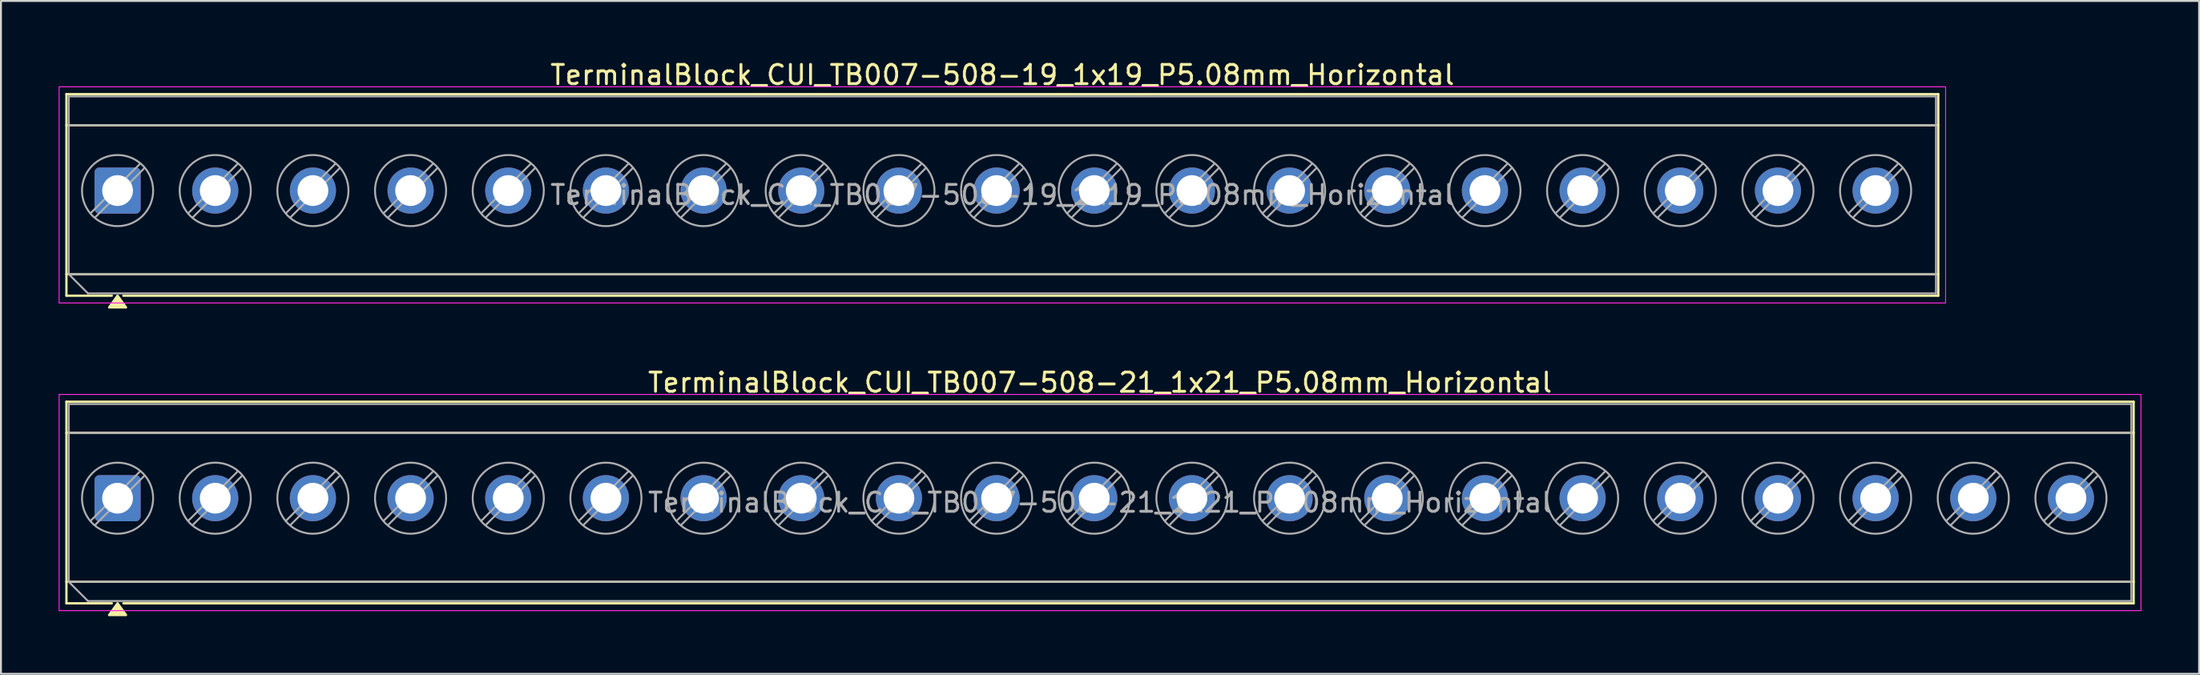
<source format=kicad_pcb>
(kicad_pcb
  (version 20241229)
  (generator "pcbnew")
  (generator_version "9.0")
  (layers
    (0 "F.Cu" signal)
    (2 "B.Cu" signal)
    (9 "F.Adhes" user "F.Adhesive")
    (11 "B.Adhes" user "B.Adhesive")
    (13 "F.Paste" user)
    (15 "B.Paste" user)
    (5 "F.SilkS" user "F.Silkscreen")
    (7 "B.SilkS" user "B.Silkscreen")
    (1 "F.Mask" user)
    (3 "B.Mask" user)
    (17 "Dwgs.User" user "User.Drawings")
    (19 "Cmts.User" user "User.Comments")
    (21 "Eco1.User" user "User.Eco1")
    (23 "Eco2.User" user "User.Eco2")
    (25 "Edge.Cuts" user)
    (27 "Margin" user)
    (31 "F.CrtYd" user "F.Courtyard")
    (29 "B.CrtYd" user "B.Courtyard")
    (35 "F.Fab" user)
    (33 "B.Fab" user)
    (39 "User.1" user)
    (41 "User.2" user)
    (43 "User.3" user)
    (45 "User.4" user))
  (footprint "TerminalBlock_CUI_TB007-508-19_1x19_P5.08mm_Horizontal"
    (layer "F.Cu")
    (at 3.065 6.868)
    (property "Reference" "TerminalBlock_CUI_TB007-508-19_1x19_P5.08mm_Horizontal" (at 46.02 -6.02 0) (layer "F.SilkS") (effects (font (size 1 1) (thickness 0.15))))
    (attr through_hole)
    (fp_line (start -2.66 -5.02) (end 94.7 -5.02) (stroke (width 0.12) (type solid)) (layer "F.SilkS"))
    (fp_line (start -2.66 -3.4) (end 94.7 -3.4) (stroke (width 0.12) (type solid)) (layer "F.SilkS"))
    (fp_line (start -2.66 4.35) (end 94.7 4.35) (stroke (width 0.12) (type solid)) (layer "F.SilkS"))
    (fp_line (start -2.66 5.47) (end -2.66 -5.02) (stroke (width 0.12) (type solid)) (layer "F.SilkS"))
    (fp_line (start -0.3 5.47) (end -2.66 5.47) (stroke (width 0.12) (type solid)) (layer "F.SilkS"))
    (fp_line (start 94.7 -5.02) (end 94.7 5.47) (stroke (width 0.12) (type solid)) (layer "F.SilkS"))
    (fp_line (start 94.7 5.47) (end 0.3 5.47) (stroke (width 0.12) (type solid)) (layer "F.SilkS"))
    (fp_poly (pts (xy 0 5.47) (xy 0.44 6.08) (xy -0.44 6.08)) (stroke (width 0.12) (type solid)) (fill yes) (layer "F.SilkS"))
    (fp_line (start -3.04 -5.4) (end -3.04 5.85) (stroke (width 0.05) (type solid)) (layer "F.CrtYd"))
    (fp_line (start -3.04 5.85) (end 95.08 5.85) (stroke (width 0.05) (type solid)) (layer "F.CrtYd"))
    (fp_line (start 95.08 -5.4) (end -3.04 -5.4) (stroke (width 0.05) (type solid)) (layer "F.CrtYd"))
    (fp_line (start 95.08 5.85) (end 95.08 -5.4) (stroke (width 0.05) (type solid)) (layer "F.CrtYd"))
    (fp_line (start -2.54 -4.9) (end 94.58 -4.9) (stroke (width 0.1) (type solid)) (layer "F.Fab"))
    (fp_line (start -2.54 -3.4) (end 94.58 -3.4) (stroke (width 0.1) (type solid)) (layer "F.Fab"))
    (fp_line (start -2.54 4.35) (end -2.54 -4.9) (stroke (width 0.1) (type solid)) (layer "F.Fab"))
    (fp_line (start -2.54 4.35) (end 94.58 4.35) (stroke (width 0.1) (type solid)) (layer "F.Fab"))
    (fp_line (start -1.54 5.35) (end -2.54 4.35) (stroke (width 0.1) (type solid)) (layer "F.Fab"))
    (fp_line (start 1.177 -1.403) (end -1.403 1.177) (stroke (width 0.1) (type solid)) (layer "F.Fab"))
    (fp_line (start 1.403 -1.177) (end -1.177 1.403) (stroke (width 0.1) (type solid)) (layer "F.Fab"))
    (fp_line (start 6.257 -1.403) (end 3.677 1.177) (stroke (width 0.1) (type solid)) (layer "F.Fab"))
    (fp_line (start 6.483 -1.177) (end 3.903 1.403) (stroke (width 0.1) (type solid)) (layer "F.Fab"))
    (fp_line (start 11.337 -1.403) (end 8.757 1.177) (stroke (width 0.1) (type solid)) (layer "F.Fab"))
    (fp_line (start 11.563 -1.177) (end 8.983 1.403) (stroke (width 0.1) (type solid)) (layer "F.Fab"))
    (fp_line (start 16.417 -1.403) (end 13.837 1.177) (stroke (width 0.1) (type solid)) (layer "F.Fab"))
    (fp_line (start 16.643 -1.177) (end 14.063 1.403) (stroke (width 0.1) (type solid)) (layer "F.Fab"))
    (fp_line (start 21.497 -1.403) (end 18.917 1.177) (stroke (width 0.1) (type solid)) (layer "F.Fab"))
    (fp_line (start 21.723 -1.177) (end 19.143 1.403) (stroke (width 0.1) (type solid)) (layer "F.Fab"))
    (fp_line (start 26.577 -1.403) (end 23.997 1.177) (stroke (width 0.1) (type solid)) (layer "F.Fab"))
    (fp_line (start 26.803 -1.177) (end 24.223 1.403) (stroke (width 0.1) (type solid)) (layer "F.Fab"))
    (fp_line (start 31.657 -1.403) (end 29.077 1.177) (stroke (width 0.1) (type solid)) (layer "F.Fab"))
    (fp_line (start 31.883 -1.177) (end 29.303 1.403) (stroke (width 0.1) (type solid)) (layer "F.Fab"))
    (fp_line (start 36.737 -1.403) (end 34.157 1.177) (stroke (width 0.1) (type solid)) (layer "F.Fab"))
    (fp_line (start 36.963 -1.177) (end 34.383 1.403) (stroke (width 0.1) (type solid)) (layer "F.Fab"))
    (fp_line (start 41.817 -1.403) (end 39.237 1.177) (stroke (width 0.1) (type solid)) (layer "F.Fab"))
    (fp_line (start 42.043 -1.177) (end 39.463 1.403) (stroke (width 0.1) (type solid)) (layer "F.Fab"))
    (fp_line (start 46.897 -1.403) (end 44.317 1.177) (stroke (width 0.1) (type solid)) (layer "F.Fab"))
    (fp_line (start 47.123 -1.177) (end 44.543 1.403) (stroke (width 0.1) (type solid)) (layer "F.Fab"))
    (fp_line (start 51.977 -1.403) (end 49.397 1.177) (stroke (width 0.1) (type solid)) (layer "F.Fab"))
    (fp_line (start 52.203 -1.177) (end 49.623 1.403) (stroke (width 0.1) (type solid)) (layer "F.Fab"))
    (fp_line (start 57.057 -1.403) (end 54.477 1.177) (stroke (width 0.1) (type solid)) (layer "F.Fab"))
    (fp_line (start 57.283 -1.177) (end 54.703 1.403) (stroke (width 0.1) (type solid)) (layer "F.Fab"))
    (fp_line (start 62.137 -1.403) (end 59.557 1.177) (stroke (width 0.1) (type solid)) (layer "F.Fab"))
    (fp_line (start 62.363 -1.177) (end 59.783 1.403) (stroke (width 0.1) (type solid)) (layer "F.Fab"))
    (fp_line (start 67.217 -1.403) (end 64.637 1.177) (stroke (width 0.1) (type solid)) (layer "F.Fab"))
    (fp_line (start 67.443 -1.177) (end 64.863 1.403) (stroke (width 0.1) (type solid)) (layer "F.Fab"))
    (fp_line (start 72.297 -1.403) (end 69.717 1.177) (stroke (width 0.1) (type solid)) (layer "F.Fab"))
    (fp_line (start 72.523 -1.177) (end 69.943 1.403) (stroke (width 0.1) (type solid)) (layer "F.Fab"))
    (fp_line (start 77.377 -1.403) (end 74.797 1.177) (stroke (width 0.1) (type solid)) (layer "F.Fab"))
    (fp_line (start 77.603 -1.177) (end 75.023 1.403) (stroke (width 0.1) (type solid)) (layer "F.Fab"))
    (fp_line (start 82.457 -1.403) (end 79.877 1.177) (stroke (width 0.1) (type solid)) (layer "F.Fab"))
    (fp_line (start 82.683 -1.177) (end 80.103 1.403) (stroke (width 0.1) (type solid)) (layer "F.Fab"))
    (fp_line (start 87.537 -1.403) (end 84.957 1.177) (stroke (width 0.1) (type solid)) (layer "F.Fab"))
    (fp_line (start 87.763 -1.177) (end 85.183 1.403) (stroke (width 0.1) (type solid)) (layer "F.Fab"))
    (fp_line (start 92.617 -1.403) (end 90.037 1.177) (stroke (width 0.1) (type solid)) (layer "F.Fab"))
    (fp_line (start 92.843 -1.177) (end 90.263 1.403) (stroke (width 0.1) (type solid)) (layer "F.Fab"))
    (fp_line (start 94.58 -4.9) (end 94.58 5.35) (stroke (width 0.1) (type solid)) (layer "F.Fab"))
    (fp_line (start 94.58 5.35) (end -1.54 5.35) (stroke (width 0.1) (type solid)) (layer "F.Fab"))
    (fp_circle (center 0 0) (end 1.85 0) (stroke (width 0.1) (type solid)) (fill no) (layer "F.Fab"))
    (fp_circle (center 5.08 0) (end 6.93 0) (stroke (width 0.1) (type solid)) (fill no) (layer "F.Fab"))
    (fp_circle (center 10.16 0) (end 12.01 0) (stroke (width 0.1) (type solid)) (fill no) (layer "F.Fab"))
    (fp_circle (center 15.24 0) (end 17.09 0) (stroke (width 0.1) (type solid)) (fill no) (layer "F.Fab"))
    (fp_circle (center 20.32 0) (end 22.17 0) (stroke (width 0.1) (type solid)) (fill no) (layer "F.Fab"))
    (fp_circle (center 25.4 0) (end 27.25 0) (stroke (width 0.1) (type solid)) (fill no) (layer "F.Fab"))
    (fp_circle (center 30.48 0) (end 32.33 0) (stroke (width 0.1) (type solid)) (fill no) (layer "F.Fab"))
    (fp_circle (center 35.56 0) (end 37.41 0) (stroke (width 0.1) (type solid)) (fill no) (layer "F.Fab"))
    (fp_circle (center 40.64 0) (end 42.49 0) (stroke (width 0.1) (type solid)) (fill no) (layer "F.Fab"))
    (fp_circle (center 45.72 0) (end 47.57 0) (stroke (width 0.1) (type solid)) (fill no) (layer "F.Fab"))
    (fp_circle (center 50.8 0) (end 52.65 0) (stroke (width 0.1) (type solid)) (fill no) (layer "F.Fab"))
    (fp_circle (center 55.88 0) (end 57.73 0) (stroke (width 0.1) (type solid)) (fill no) (layer "F.Fab"))
    (fp_circle (center 60.96 0) (end 62.81 0) (stroke (width 0.1) (type solid)) (fill no) (layer "F.Fab"))
    (fp_circle (center 66.04 0) (end 67.89 0) (stroke (width 0.1) (type solid)) (fill no) (layer "F.Fab"))
    (fp_circle (center 71.12 0) (end 72.97 0) (stroke (width 0.1) (type solid)) (fill no) (layer "F.Fab"))
    (fp_circle (center 76.2 0) (end 78.05 0) (stroke (width 0.1) (type solid)) (fill no) (layer "F.Fab"))
    (fp_circle (center 81.28 0) (end 83.13 0) (stroke (width 0.1) (type solid)) (fill no) (layer "F.Fab"))
    (fp_circle (center 86.36 0) (end 88.21 0) (stroke (width 0.1) (type solid)) (fill no) (layer "F.Fab"))
    (fp_circle (center 91.44 0) (end 93.29 0) (stroke (width 0.1) (type solid)) (fill no) (layer "F.Fab"))
    (fp_text user "${REFERENCE}" (at 46.02 0.225 0) (layer "F.Fab") (effects (font (size 1 1) (thickness 0.15))))
    (pad "1" thru_hole roundrect (at 0 0) (size 2.4 2.4) (drill 1.6) (layers "*.Cu" "*.Mask") (roundrect_rratio 0.104))
    (pad "2" thru_hole circle (at 5.08 0) (size 2.4 2.4) (drill 1.6) (layers "*.Cu" "*.Mask"))
    (pad "3" thru_hole circle (at 10.16 0) (size 2.4 2.4) (drill 1.6) (layers "*.Cu" "*.Mask"))
    (pad "4" thru_hole circle (at 15.24 0) (size 2.4 2.4) (drill 1.6) (layers "*.Cu" "*.Mask"))
    (pad "5" thru_hole circle (at 20.32 0) (size 2.4 2.4) (drill 1.6) (layers "*.Cu" "*.Mask"))
    (pad "6" thru_hole circle (at 25.4 0) (size 2.4 2.4) (drill 1.6) (layers "*.Cu" "*.Mask"))
    (pad "7" thru_hole circle (at 30.48 0) (size 2.4 2.4) (drill 1.6) (layers "*.Cu" "*.Mask"))
    (pad "8" thru_hole circle (at 35.56 0) (size 2.4 2.4) (drill 1.6) (layers "*.Cu" "*.Mask"))
    (pad "9" thru_hole circle (at 40.64 0) (size 2.4 2.4) (drill 1.6) (layers "*.Cu" "*.Mask"))
    (pad "10" thru_hole circle (at 45.72 0) (size 2.4 2.4) (drill 1.6) (layers "*.Cu" "*.Mask"))
    (pad "11" thru_hole circle (at 50.8 0) (size 2.4 2.4) (drill 1.6) (layers "*.Cu" "*.Mask"))
    (pad "12" thru_hole circle (at 55.88 0) (size 2.4 2.4) (drill 1.6) (layers "*.Cu" "*.Mask"))
    (pad "13" thru_hole circle (at 60.96 0) (size 2.4 2.4) (drill 1.6) (layers "*.Cu" "*.Mask"))
    (pad "14" thru_hole circle (at 66.04 0) (size 2.4 2.4) (drill 1.6) (layers "*.Cu" "*.Mask"))
    (pad "15" thru_hole circle (at 71.12 0) (size 2.4 2.4) (drill 1.6) (layers "*.Cu" "*.Mask"))
    (pad "16" thru_hole circle (at 76.2 0) (size 2.4 2.4) (drill 1.6) (layers "*.Cu" "*.Mask"))
    (pad "17" thru_hole circle (at 81.28 0) (size 2.4 2.4) (drill 1.6) (layers "*.Cu" "*.Mask"))
    (pad "18" thru_hole circle (at 86.36 0) (size 2.4 2.4) (drill 1.6) (layers "*.Cu" "*.Mask"))
    (pad "19" thru_hole circle (at 91.44 0) (size 2.4 2.4) (drill 1.6) (layers "*.Cu" "*.Mask")))
  (footprint "TerminalBlock_CUI_TB007-508-21_1x21_P5.08mm_Horizontal"
    (layer "F.Cu")
    (at 3.065 22.877)
    (property "Reference" "TerminalBlock_CUI_TB007-508-21_1x21_P5.08mm_Horizontal" (at 51.1 -6.02 0) (layer "F.SilkS") (effects (font (size 1 1) (thickness 0.15))))
    (attr through_hole)
    (fp_line (start -2.66 -5.02) (end 104.86 -5.02) (stroke (width 0.12) (type solid)) (layer "F.SilkS"))
    (fp_line (start -2.66 -3.4) (end 104.86 -3.4) (stroke (width 0.12) (type solid)) (layer "F.SilkS"))
    (fp_line (start -2.66 4.35) (end 104.86 4.35) (stroke (width 0.12) (type solid)) (layer "F.SilkS"))
    (fp_line (start -2.66 5.47) (end -2.66 -5.02) (stroke (width 0.12) (type solid)) (layer "F.SilkS"))
    (fp_line (start -0.3 5.47) (end -2.66 5.47) (stroke (width 0.12) (type solid)) (layer "F.SilkS"))
    (fp_line (start 104.86 -5.02) (end 104.86 5.47) (stroke (width 0.12) (type solid)) (layer "F.SilkS"))
    (fp_line (start 104.86 5.47) (end 0.3 5.47) (stroke (width 0.12) (type solid)) (layer "F.SilkS"))
    (fp_poly (pts (xy 0 5.47) (xy 0.44 6.08) (xy -0.44 6.08)) (stroke (width 0.12) (type solid)) (fill yes) (layer "F.SilkS"))
    (fp_line (start -3.04 -5.4) (end -3.04 5.85) (stroke (width 0.05) (type solid)) (layer "F.CrtYd"))
    (fp_line (start -3.04 5.85) (end 105.24 5.85) (stroke (width 0.05) (type solid)) (layer "F.CrtYd"))
    (fp_line (start 105.24 -5.4) (end -3.04 -5.4) (stroke (width 0.05) (type solid)) (layer "F.CrtYd"))
    (fp_line (start 105.24 5.85) (end 105.24 -5.4) (stroke (width 0.05) (type solid)) (layer "F.CrtYd"))
    (fp_line (start -2.54 -4.9) (end 104.74 -4.9) (stroke (width 0.1) (type solid)) (layer "F.Fab"))
    (fp_line (start -2.54 -3.4) (end 104.74 -3.4) (stroke (width 0.1) (type solid)) (layer "F.Fab"))
    (fp_line (start -2.54 4.35) (end -2.54 -4.9) (stroke (width 0.1) (type solid)) (layer "F.Fab"))
    (fp_line (start -2.54 4.35) (end 104.74 4.35) (stroke (width 0.1) (type solid)) (layer "F.Fab"))
    (fp_line (start -1.54 5.35) (end -2.54 4.35) (stroke (width 0.1) (type solid)) (layer "F.Fab"))
    (fp_line (start 1.177 -1.403) (end -1.403 1.177) (stroke (width 0.1) (type solid)) (layer "F.Fab"))
    (fp_line (start 1.403 -1.177) (end -1.177 1.403) (stroke (width 0.1) (type solid)) (layer "F.Fab"))
    (fp_line (start 6.257 -1.403) (end 3.677 1.177) (stroke (width 0.1) (type solid)) (layer "F.Fab"))
    (fp_line (start 6.483 -1.177) (end 3.903 1.403) (stroke (width 0.1) (type solid)) (layer "F.Fab"))
    (fp_line (start 11.337 -1.403) (end 8.757 1.177) (stroke (width 0.1) (type solid)) (layer "F.Fab"))
    (fp_line (start 11.563 -1.177) (end 8.983 1.403) (stroke (width 0.1) (type solid)) (layer "F.Fab"))
    (fp_line (start 16.417 -1.403) (end 13.837 1.177) (stroke (width 0.1) (type solid)) (layer "F.Fab"))
    (fp_line (start 16.643 -1.177) (end 14.063 1.403) (stroke (width 0.1) (type solid)) (layer "F.Fab"))
    (fp_line (start 21.497 -1.403) (end 18.917 1.177) (stroke (width 0.1) (type solid)) (layer "F.Fab"))
    (fp_line (start 21.723 -1.177) (end 19.143 1.403) (stroke (width 0.1) (type solid)) (layer "F.Fab"))
    (fp_line (start 26.577 -1.403) (end 23.997 1.177) (stroke (width 0.1) (type solid)) (layer "F.Fab"))
    (fp_line (start 26.803 -1.177) (end 24.223 1.403) (stroke (width 0.1) (type solid)) (layer "F.Fab"))
    (fp_line (start 31.657 -1.403) (end 29.077 1.177) (stroke (width 0.1) (type solid)) (layer "F.Fab"))
    (fp_line (start 31.883 -1.177) (end 29.303 1.403) (stroke (width 0.1) (type solid)) (layer "F.Fab"))
    (fp_line (start 36.737 -1.403) (end 34.157 1.177) (stroke (width 0.1) (type solid)) (layer "F.Fab"))
    (fp_line (start 36.963 -1.177) (end 34.383 1.403) (stroke (width 0.1) (type solid)) (layer "F.Fab"))
    (fp_line (start 41.817 -1.403) (end 39.237 1.177) (stroke (width 0.1) (type solid)) (layer "F.Fab"))
    (fp_line (start 42.043 -1.177) (end 39.463 1.403) (stroke (width 0.1) (type solid)) (layer "F.Fab"))
    (fp_line (start 46.897 -1.403) (end 44.317 1.177) (stroke (width 0.1) (type solid)) (layer "F.Fab"))
    (fp_line (start 47.123 -1.177) (end 44.543 1.403) (stroke (width 0.1) (type solid)) (layer "F.Fab"))
    (fp_line (start 51.977 -1.403) (end 49.397 1.177) (stroke (width 0.1) (type solid)) (layer "F.Fab"))
    (fp_line (start 52.203 -1.177) (end 49.623 1.403) (stroke (width 0.1) (type solid)) (layer "F.Fab"))
    (fp_line (start 57.057 -1.403) (end 54.477 1.177) (stroke (width 0.1) (type solid)) (layer "F.Fab"))
    (fp_line (start 57.283 -1.177) (end 54.703 1.403) (stroke (width 0.1) (type solid)) (layer "F.Fab"))
    (fp_line (start 62.137 -1.403) (end 59.557 1.177) (stroke (width 0.1) (type solid)) (layer "F.Fab"))
    (fp_line (start 62.363 -1.177) (end 59.783 1.403) (stroke (width 0.1) (type solid)) (layer "F.Fab"))
    (fp_line (start 67.217 -1.403) (end 64.637 1.177) (stroke (width 0.1) (type solid)) (layer "F.Fab"))
    (fp_line (start 67.443 -1.177) (end 64.863 1.403) (stroke (width 0.1) (type solid)) (layer "F.Fab"))
    (fp_line (start 72.297 -1.403) (end 69.717 1.177) (stroke (width 0.1) (type solid)) (layer "F.Fab"))
    (fp_line (start 72.523 -1.177) (end 69.943 1.403) (stroke (width 0.1) (type solid)) (layer "F.Fab"))
    (fp_line (start 77.377 -1.403) (end 74.797 1.177) (stroke (width 0.1) (type solid)) (layer "F.Fab"))
    (fp_line (start 77.603 -1.177) (end 75.023 1.403) (stroke (width 0.1) (type solid)) (layer "F.Fab"))
    (fp_line (start 82.457 -1.403) (end 79.877 1.177) (stroke (width 0.1) (type solid)) (layer "F.Fab"))
    (fp_line (start 82.683 -1.177) (end 80.103 1.403) (stroke (width 0.1) (type solid)) (layer "F.Fab"))
    (fp_line (start 87.537 -1.403) (end 84.957 1.177) (stroke (width 0.1) (type solid)) (layer "F.Fab"))
    (fp_line (start 87.763 -1.177) (end 85.183 1.403) (stroke (width 0.1) (type solid)) (layer "F.Fab"))
    (fp_line (start 92.617 -1.403) (end 90.037 1.177) (stroke (width 0.1) (type solid)) (layer "F.Fab"))
    (fp_line (start 92.843 -1.177) (end 90.263 1.403) (stroke (width 0.1) (type solid)) (layer "F.Fab"))
    (fp_line (start 97.697 -1.403) (end 95.117 1.177) (stroke (width 0.1) (type solid)) (layer "F.Fab"))
    (fp_line (start 97.923 -1.177) (end 95.343 1.403) (stroke (width 0.1) (type solid)) (layer "F.Fab"))
    (fp_line (start 102.777 -1.403) (end 100.197 1.177) (stroke (width 0.1) (type solid)) (layer "F.Fab"))
    (fp_line (start 103.003 -1.177) (end 100.423 1.403) (stroke (width 0.1) (type solid)) (layer "F.Fab"))
    (fp_line (start 104.74 -4.9) (end 104.74 5.35) (stroke (width 0.1) (type solid)) (layer "F.Fab"))
    (fp_line (start 104.74 5.35) (end -1.54 5.35) (stroke (width 0.1) (type solid)) (layer "F.Fab"))
    (fp_circle (center 0 0) (end 1.85 0) (stroke (width 0.1) (type solid)) (fill no) (layer "F.Fab"))
    (fp_circle (center 5.08 0) (end 6.93 0) (stroke (width 0.1) (type solid)) (fill no) (layer "F.Fab"))
    (fp_circle (center 10.16 0) (end 12.01 0) (stroke (width 0.1) (type solid)) (fill no) (layer "F.Fab"))
    (fp_circle (center 15.24 0) (end 17.09 0) (stroke (width 0.1) (type solid)) (fill no) (layer "F.Fab"))
    (fp_circle (center 20.32 0) (end 22.17 0) (stroke (width 0.1) (type solid)) (fill no) (layer "F.Fab"))
    (fp_circle (center 25.4 0) (end 27.25 0) (stroke (width 0.1) (type solid)) (fill no) (layer "F.Fab"))
    (fp_circle (center 30.48 0) (end 32.33 0) (stroke (width 0.1) (type solid)) (fill no) (layer "F.Fab"))
    (fp_circle (center 35.56 0) (end 37.41 0) (stroke (width 0.1) (type solid)) (fill no) (layer "F.Fab"))
    (fp_circle (center 40.64 0) (end 42.49 0) (stroke (width 0.1) (type solid)) (fill no) (layer "F.Fab"))
    (fp_circle (center 45.72 0) (end 47.57 0) (stroke (width 0.1) (type solid)) (fill no) (layer "F.Fab"))
    (fp_circle (center 50.8 0) (end 52.65 0) (stroke (width 0.1) (type solid)) (fill no) (layer "F.Fab"))
    (fp_circle (center 55.88 0) (end 57.73 0) (stroke (width 0.1) (type solid)) (fill no) (layer "F.Fab"))
    (fp_circle (center 60.96 0) (end 62.81 0) (stroke (width 0.1) (type solid)) (fill no) (layer "F.Fab"))
    (fp_circle (center 66.04 0) (end 67.89 0) (stroke (width 0.1) (type solid)) (fill no) (layer "F.Fab"))
    (fp_circle (center 71.12 0) (end 72.97 0) (stroke (width 0.1) (type solid)) (fill no) (layer "F.Fab"))
    (fp_circle (center 76.2 0) (end 78.05 0) (stroke (width 0.1) (type solid)) (fill no) (layer "F.Fab"))
    (fp_circle (center 81.28 0) (end 83.13 0) (stroke (width 0.1) (type solid)) (fill no) (layer "F.Fab"))
    (fp_circle (center 86.36 0) (end 88.21 0) (stroke (width 0.1) (type solid)) (fill no) (layer "F.Fab"))
    (fp_circle (center 91.44 0) (end 93.29 0) (stroke (width 0.1) (type solid)) (fill no) (layer "F.Fab"))
    (fp_circle (center 96.52 0) (end 98.37 0) (stroke (width 0.1) (type solid)) (fill no) (layer "F.Fab"))
    (fp_circle (center 101.6 0) (end 103.45 0) (stroke (width 0.1) (type solid)) (fill no) (layer "F.Fab"))
    (fp_text user "${REFERENCE}" (at 51.1 0.225 0) (layer "F.Fab") (effects (font (size 1 1) (thickness 0.15))))
    (pad "1" thru_hole roundrect (at 0 0) (size 2.4 2.4) (drill 1.6) (layers "*.Cu" "*.Mask") (roundrect_rratio 0.104))
    (pad "2" thru_hole circle (at 5.08 0) (size 2.4 2.4) (drill 1.6) (layers "*.Cu" "*.Mask"))
    (pad "3" thru_hole circle (at 10.16 0) (size 2.4 2.4) (drill 1.6) (layers "*.Cu" "*.Mask"))
    (pad "4" thru_hole circle (at 15.24 0) (size 2.4 2.4) (drill 1.6) (layers "*.Cu" "*.Mask"))
    (pad "5" thru_hole circle (at 20.32 0) (size 2.4 2.4) (drill 1.6) (layers "*.Cu" "*.Mask"))
    (pad "6" thru_hole circle (at 25.4 0) (size 2.4 2.4) (drill 1.6) (layers "*.Cu" "*.Mask"))
    (pad "7" thru_hole circle (at 30.48 0) (size 2.4 2.4) (drill 1.6) (layers "*.Cu" "*.Mask"))
    (pad "8" thru_hole circle (at 35.56 0) (size 2.4 2.4) (drill 1.6) (layers "*.Cu" "*.Mask"))
    (pad "9" thru_hole circle (at 40.64 0) (size 2.4 2.4) (drill 1.6) (layers "*.Cu" "*.Mask"))
    (pad "10" thru_hole circle (at 45.72 0) (size 2.4 2.4) (drill 1.6) (layers "*.Cu" "*.Mask"))
    (pad "11" thru_hole circle (at 50.8 0) (size 2.4 2.4) (drill 1.6) (layers "*.Cu" "*.Mask"))
    (pad "12" thru_hole circle (at 55.88 0) (size 2.4 2.4) (drill 1.6) (layers "*.Cu" "*.Mask"))
    (pad "13" thru_hole circle (at 60.96 0) (size 2.4 2.4) (drill 1.6) (layers "*.Cu" "*.Mask"))
    (pad "14" thru_hole circle (at 66.04 0) (size 2.4 2.4) (drill 1.6) (layers "*.Cu" "*.Mask"))
    (pad "15" thru_hole circle (at 71.12 0) (size 2.4 2.4) (drill 1.6) (layers "*.Cu" "*.Mask"))
    (pad "16" thru_hole circle (at 76.2 0) (size 2.4 2.4) (drill 1.6) (layers "*.Cu" "*.Mask"))
    (pad "17" thru_hole circle (at 81.28 0) (size 2.4 2.4) (drill 1.6) (layers "*.Cu" "*.Mask"))
    (pad "18" thru_hole circle (at 86.36 0) (size 2.4 2.4) (drill 1.6) (layers "*.Cu" "*.Mask"))
    (pad "19" thru_hole circle (at 91.44 0) (size 2.4 2.4) (drill 1.6) (layers "*.Cu" "*.Mask"))
    (pad "20" thru_hole circle (at 96.52 0) (size 2.4 2.4) (drill 1.6) (layers "*.Cu" "*.Mask"))
    (pad "21" thru_hole circle (at 101.6 0) (size 2.4 2.4) (drill 1.6) (layers "*.Cu" "*.Mask")))
  (gr_rect
    (start -3 -3)
    (end 111.33 32.017)
    (stroke (width 0.1) (type default))
    (fill no)
    (layer "Edge.Cuts")))
</source>
